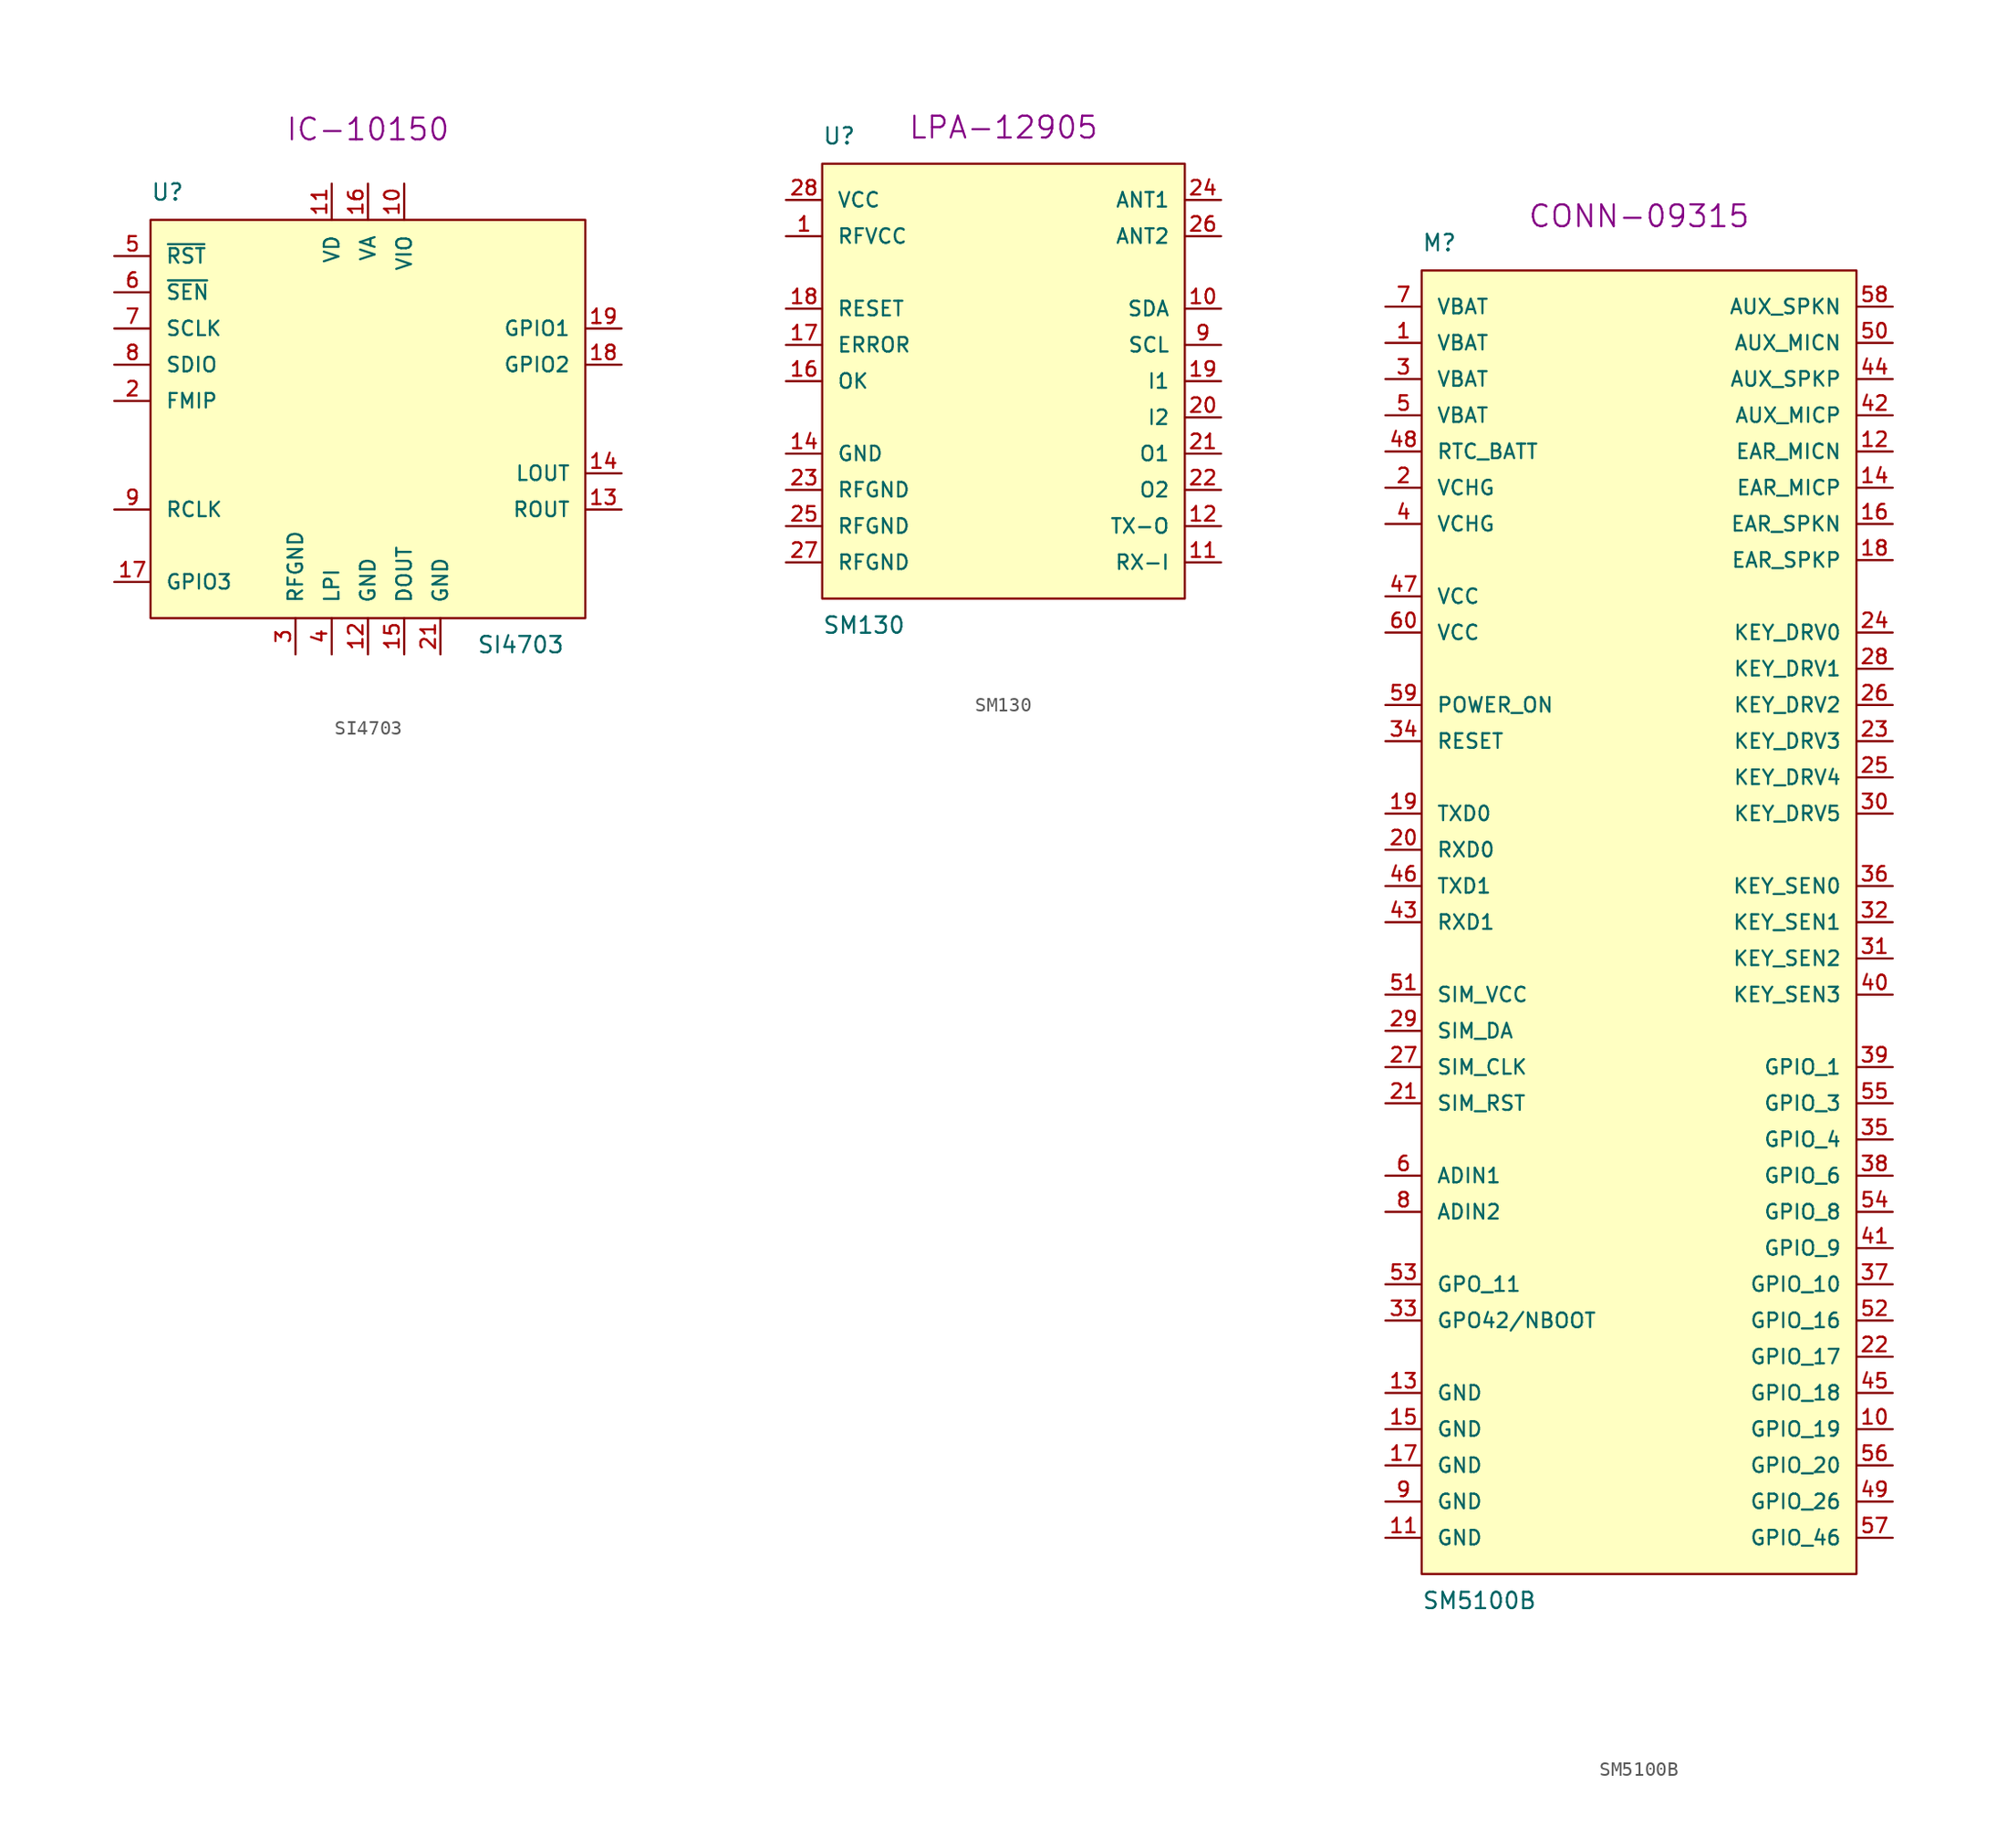
<source format=kicad_sym>
(kicad_symbol_lib
  (version 20201005)
  (generator kicad_symbol_editor)
  (symbol "SI4703"
    (pin_names
      (offset 1.016))
    (property "Reference" "U"
      (at -15.24 13.97 0)
      (effects (font (size 1.143 1.143)) (justify left bottom)))
    (property "Value" "SI4703"
      (at 7.62 -17.78 0)
      (effects (font (size 1.143 1.143)) (justify left bottom)))
    (property "Field4" "IC-10150"
      (at 0 19.05 0)
      (effects (font (size 1.524 1.524))))
    (property "ki_locked" ""
      (at 0 0 0)
      (effects (font (size 1.27 1.27))))
    (symbol "SI4703_1_1"
      (polyline (pts (xy -15.24 12.7) (xy 15.24 12.7) (xy 15.24 -15.24) (xy -15.24 -15.24) (xy -15.24 12.7)) (stroke (width 0)) (fill (type background)))
      (pin bidirectional line (at -17.78 0 0) (length 2.54) (name "FMIP" (effects (font (size 1.016 1.016)))) (number "2" (effects (font (size 1.016 1.016)))))
      (pin bidirectional line (at -5.08 -17.78 90) (length 2.54) (name "RFGND" (effects (font (size 1.016 1.016)))) (number "3" (effects (font (size 1.016 1.016)))))
      (pin bidirectional line (at -2.54 -17.78 90) (length 2.54) (name "LPI" (effects (font (size 1.016 1.016)))) (number "4" (effects (font (size 1.016 1.016)))))
      (pin bidirectional line (at -17.78 10.16 0) (length 2.54) (name "~RST" (effects (font (size 1.016 1.016)))) (number "5" (effects (font (size 1.016 1.016)))))
      (pin bidirectional line (at -17.78 7.62 0) (length 2.54) (name "~SEN" (effects (font (size 1.016 1.016)))) (number "6" (effects (font (size 1.016 1.016)))))
      (pin bidirectional line (at -17.78 5.08 0) (length 2.54) (name "SCLK" (effects (font (size 1.016 1.016)))) (number "7" (effects (font (size 1.016 1.016)))))
      (pin bidirectional line (at -17.78 2.54 0) (length 2.54) (name "SDIO" (effects (font (size 1.016 1.016)))) (number "8" (effects (font (size 1.016 1.016)))))
      (pin bidirectional line (at -17.78 -7.62 0) (length 2.54) (name "RCLK" (effects (font (size 1.016 1.016)))) (number "9" (effects (font (size 1.016 1.016)))))
      (pin bidirectional line (at 2.54 15.24 270) (length 2.54) (name "VIO" (effects (font (size 1.016 1.016)))) (number "10" (effects (font (size 1.016 1.016)))))
      (pin bidirectional line (at -2.54 15.24 270) (length 2.54) (name "VD" (effects (font (size 1.016 1.016)))) (number "11" (effects (font (size 1.016 1.016)))))
      (pin bidirectional line (at 5.08 -17.78 90) (length 2.54) (name "GND" (effects (font (size 1.016 1.016)))) (number "21" (effects (font (size 1.016 1.016)))))
      (pin bidirectional line (at 0 -17.78 90) (length 2.54) (name "GND" (effects (font (size 1.016 1.016)))) (number "12" (effects (font (size 1.016 1.016)))))
      (pin bidirectional line (at 17.78 -7.62 180) (length 2.54) (name "ROUT" (effects (font (size 1.016 1.016)))) (number "13" (effects (font (size 1.016 1.016)))))
      (pin bidirectional line (at 17.78 -5.08 180) (length 2.54) (name "LOUT" (effects (font (size 1.016 1.016)))) (number "14" (effects (font (size 1.016 1.016)))))
      (pin bidirectional line (at 2.54 -17.78 90) (length 2.54) (name "DOUT" (effects (font (size 1.016 1.016)))) (number "15" (effects (font (size 1.016 1.016)))))
      (pin bidirectional line (at 0 15.24 270) (length 2.54) (name "VA" (effects (font (size 1.016 1.016)))) (number "16" (effects (font (size 1.016 1.016)))))
      (pin bidirectional line (at -17.78 -12.7 0) (length 2.54) (name "GPIO3" (effects (font (size 1.016 1.016)))) (number "17" (effects (font (size 1.016 1.016)))))
      (pin bidirectional line (at 17.78 2.54 180) (length 2.54) (name "GPIO2" (effects (font (size 1.016 1.016)))) (number "18" (effects (font (size 1.016 1.016)))))
      (pin bidirectional line (at 17.78 5.08 180) (length 2.54) (name "GPIO1" (effects (font (size 1.016 1.016)))) (number "19" (effects (font (size 1.016 1.016)))))))
  (symbol "SM130"
    (pin_names
      (offset 1.016))
    (property "Reference" "U"
      (at -12.7 16.51 0)
      (effects (font (size 1.143 1.143)) (justify left bottom)))
    (property "Value" "SM130"
      (at -12.7 -17.78 0)
      (effects (font (size 1.143 1.143)) (justify left bottom)))
    (property "Field4" "LPA-12905"
      (at 0 17.78 0)
      (effects (font (size 1.524 1.524))))
    (property "ki_locked" ""
      (at 0 0 0)
      (effects (font (size 1.27 1.27))))
    (symbol "SM130_1_1"
      (polyline (pts (xy -12.7 -15.24) (xy 12.7 -15.24) (xy 12.7 15.24) (xy -12.7 15.24) (xy -12.7 -15.24)) (stroke (width 0)) (fill (type background)))
      (pin bidirectional line (at -15.24 10.16 0) (length 2.54) (name "RFVCC" (effects (font (size 1.016 1.016)))) (number "1" (effects (font (size 1.016 1.016)))))
      (pin bidirectional line (at 15.24 2.54 180) (length 2.54) (name "SCL" (effects (font (size 1.016 1.016)))) (number "9" (effects (font (size 1.016 1.016)))))
      (pin bidirectional line (at 15.24 5.08 180) (length 2.54) (name "SDA" (effects (font (size 1.016 1.016)))) (number "10" (effects (font (size 1.016 1.016)))))
      (pin bidirectional line (at 15.24 -2.54 180) (length 2.54) (name "I2" (effects (font (size 1.016 1.016)))) (number "20" (effects (font (size 1.016 1.016)))))
      (pin bidirectional line (at 15.24 -12.7 180) (length 2.54) (name "RX-I" (effects (font (size 1.016 1.016)))) (number "11" (effects (font (size 1.016 1.016)))))
      (pin bidirectional line (at 15.24 -5.08 180) (length 2.54) (name "O1" (effects (font (size 1.016 1.016)))) (number "21" (effects (font (size 1.016 1.016)))))
      (pin bidirectional line (at 15.24 -10.16 180) (length 2.54) (name "TX-O" (effects (font (size 1.016 1.016)))) (number "12" (effects (font (size 1.016 1.016)))))
      (pin bidirectional line (at 15.24 -7.62 180) (length 2.54) (name "O2" (effects (font (size 1.016 1.016)))) (number "22" (effects (font (size 1.016 1.016)))))
      (pin bidirectional line (at -15.24 -7.62 0) (length 2.54) (name "RFGND" (effects (font (size 1.016 1.016)))) (number "23" (effects (font (size 1.016 1.016)))))
      (pin bidirectional line (at -15.24 -5.08 0) (length 2.54) (name "GND" (effects (font (size 1.016 1.016)))) (number "14" (effects (font (size 1.016 1.016)))))
      (pin bidirectional line (at 15.24 12.7 180) (length 2.54) (name "ANT1" (effects (font (size 1.016 1.016)))) (number "24" (effects (font (size 1.016 1.016)))))
      (pin bidirectional line (at -15.24 -10.16 0) (length 2.54) (name "RFGND" (effects (font (size 1.016 1.016)))) (number "25" (effects (font (size 1.016 1.016)))))
      (pin bidirectional line (at -15.24 0 0) (length 2.54) (name "OK" (effects (font (size 1.016 1.016)))) (number "16" (effects (font (size 1.016 1.016)))))
      (pin bidirectional line (at 15.24 10.16 180) (length 2.54) (name "ANT2" (effects (font (size 1.016 1.016)))) (number "26" (effects (font (size 1.016 1.016)))))
      (pin bidirectional line (at -15.24 2.54 0) (length 2.54) (name "ERROR" (effects (font (size 1.016 1.016)))) (number "17" (effects (font (size 1.016 1.016)))))
      (pin bidirectional line (at -15.24 -12.7 0) (length 2.54) (name "RFGND" (effects (font (size 1.016 1.016)))) (number "27" (effects (font (size 1.016 1.016)))))
      (pin bidirectional line (at -15.24 5.08 0) (length 2.54) (name "RESET" (effects (font (size 1.016 1.016)))) (number "18" (effects (font (size 1.016 1.016)))))
      (pin bidirectional line (at -15.24 12.7 0) (length 2.54) (name "VCC" (effects (font (size 1.016 1.016)))) (number "28" (effects (font (size 1.016 1.016)))))
      (pin bidirectional line (at 15.24 0 180) (length 2.54) (name "I1" (effects (font (size 1.016 1.016)))) (number "19" (effects (font (size 1.016 1.016)))))))
  (symbol "SM5100B"
    (pin_names
      (offset 1.016))
    (property "Reference" "M"
      (at -15.24 46.99 0)
      (effects (font (size 1.143 1.143)) (justify left bottom)))
    (property "Value" "SM5100B"
      (at -15.24 -48.26 0)
      (effects (font (size 1.143 1.143)) (justify left bottom)))
    (property "Field4" "CONN-09315"
      (at 0 49.53 0)
      (effects (font (size 1.524 1.524))))
    (property "ki_locked" ""
      (at 0 0 0)
      (effects (font (size 1.27 1.27))))
    (symbol "SM5100B_1_1"
      (polyline (pts (xy 15.24 45.72) (xy -15.24 45.72) (xy -15.24 -45.72) (xy 15.24 -45.72) (xy 15.24 45.72)) (stroke (width 0)) (fill (type background)))
      (pin bidirectional line (at -17.78 40.64 0) (length 2.54) (name "VBAT" (effects (font (size 1.016 1.016)))) (number "1" (effects (font (size 1.016 1.016)))))
      (pin bidirectional line (at -17.78 30.48 0) (length 2.54) (name "VCHG" (effects (font (size 1.016 1.016)))) (number "2" (effects (font (size 1.016 1.016)))))
      (pin bidirectional line (at -17.78 38.1 0) (length 2.54) (name "VBAT" (effects (font (size 1.016 1.016)))) (number "3" (effects (font (size 1.016 1.016)))))
      (pin bidirectional line (at -17.78 27.94 0) (length 2.54) (name "VCHG" (effects (font (size 1.016 1.016)))) (number "4" (effects (font (size 1.016 1.016)))))
      (pin bidirectional line (at -17.78 35.56 0) (length 2.54) (name "VBAT" (effects (font (size 1.016 1.016)))) (number "5" (effects (font (size 1.016 1.016)))))
      (pin bidirectional line (at -17.78 -17.78 0) (length 2.54) (name "ADIN1" (effects (font (size 1.016 1.016)))) (number "6" (effects (font (size 1.016 1.016)))))
      (pin bidirectional line (at -17.78 43.18 0) (length 2.54) (name "VBAT" (effects (font (size 1.016 1.016)))) (number "7" (effects (font (size 1.016 1.016)))))
      (pin bidirectional line (at -17.78 -20.32 0) (length 2.54) (name "ADIN2" (effects (font (size 1.016 1.016)))) (number "8" (effects (font (size 1.016 1.016)))))
      (pin bidirectional line (at -17.78 -40.64 0) (length 2.54) (name "GND" (effects (font (size 1.016 1.016)))) (number "9" (effects (font (size 1.016 1.016)))))
      (pin bidirectional line (at 17.78 -35.56 180) (length 2.54) (name "GPIO_19" (effects (font (size 1.016 1.016)))) (number "10" (effects (font (size 1.016 1.016)))))
      (pin bidirectional line (at -17.78 5.08 0) (length 2.54) (name "RXD0" (effects (font (size 1.016 1.016)))) (number "20" (effects (font (size 1.016 1.016)))))
      (pin bidirectional line (at 17.78 7.62 180) (length 2.54) (name "KEY_DRV5" (effects (font (size 1.016 1.016)))) (number "30" (effects (font (size 1.016 1.016)))))
      (pin bidirectional line (at 17.78 -5.08 180) (length 2.54) (name "KEY_SEN3" (effects (font (size 1.016 1.016)))) (number "40" (effects (font (size 1.016 1.016)))))
      (pin bidirectional line (at 17.78 40.64 180) (length 2.54) (name "AUX_MICN" (effects (font (size 1.016 1.016)))) (number "50" (effects (font (size 1.016 1.016)))))
      (pin bidirectional line (at -17.78 20.32 0) (length 2.54) (name "VCC" (effects (font (size 1.016 1.016)))) (number "60" (effects (font (size 1.016 1.016)))))
      (pin bidirectional line (at -17.78 -43.18 0) (length 2.54) (name "GND" (effects (font (size 1.016 1.016)))) (number "11" (effects (font (size 1.016 1.016)))))
      (pin bidirectional line (at -17.78 -12.7 0) (length 2.54) (name "SIM_RST" (effects (font (size 1.016 1.016)))) (number "21" (effects (font (size 1.016 1.016)))))
      (pin bidirectional line (at 17.78 -2.54 180) (length 2.54) (name "KEY_SEN2" (effects (font (size 1.016 1.016)))) (number "31" (effects (font (size 1.016 1.016)))))
      (pin bidirectional line (at 17.78 -22.86 180) (length 2.54) (name "GPIO_9" (effects (font (size 1.016 1.016)))) (number "41" (effects (font (size 1.016 1.016)))))
      (pin bidirectional line (at -17.78 -5.08 0) (length 2.54) (name "SIM_VCC" (effects (font (size 1.016 1.016)))) (number "51" (effects (font (size 1.016 1.016)))))
      (pin bidirectional line (at 17.78 33.02 180) (length 2.54) (name "EAR_MICN" (effects (font (size 1.016 1.016)))) (number "12" (effects (font (size 1.016 1.016)))))
      (pin bidirectional line (at 17.78 -30.48 180) (length 2.54) (name "GPIO_17" (effects (font (size 1.016 1.016)))) (number "22" (effects (font (size 1.016 1.016)))))
      (pin bidirectional line (at 17.78 0 180) (length 2.54) (name "KEY_SEN1" (effects (font (size 1.016 1.016)))) (number "32" (effects (font (size 1.016 1.016)))))
      (pin bidirectional line (at 17.78 35.56 180) (length 2.54) (name "AUX_MICP" (effects (font (size 1.016 1.016)))) (number "42" (effects (font (size 1.016 1.016)))))
      (pin bidirectional line (at 17.78 -27.94 180) (length 2.54) (name "GPIO_16" (effects (font (size 1.016 1.016)))) (number "52" (effects (font (size 1.016 1.016)))))
      (pin bidirectional line (at -17.78 -33.02 0) (length 2.54) (name "GND" (effects (font (size 1.016 1.016)))) (number "13" (effects (font (size 1.016 1.016)))))
      (pin bidirectional line (at 17.78 12.7 180) (length 2.54) (name "KEY_DRV3" (effects (font (size 1.016 1.016)))) (number "23" (effects (font (size 1.016 1.016)))))
      (pin bidirectional line (at -17.78 -27.94 0) (length 2.54) (name "GPO42/NBOOT" (effects (font (size 1.016 1.016)))) (number "33" (effects (font (size 1.016 1.016)))))
      (pin bidirectional line (at -17.78 0 0) (length 2.54) (name "RXD1" (effects (font (size 1.016 1.016)))) (number "43" (effects (font (size 1.016 1.016)))))
      (pin bidirectional line (at -17.78 -25.4 0) (length 2.54) (name "GPO_11" (effects (font (size 1.016 1.016)))) (number "53" (effects (font (size 1.016 1.016)))))
      (pin bidirectional line (at 17.78 30.48 180) (length 2.54) (name "EAR_MICP" (effects (font (size 1.016 1.016)))) (number "14" (effects (font (size 1.016 1.016)))))
      (pin bidirectional line (at 17.78 20.32 180) (length 2.54) (name "KEY_DRV0" (effects (font (size 1.016 1.016)))) (number "24" (effects (font (size 1.016 1.016)))))
      (pin bidirectional line (at -17.78 12.7 0) (length 2.54) (name "RESET" (effects (font (size 1.016 1.016)))) (number "34" (effects (font (size 1.016 1.016)))))
      (pin bidirectional line (at 17.78 38.1 180) (length 2.54) (name "AUX_SPKP" (effects (font (size 1.016 1.016)))) (number "44" (effects (font (size 1.016 1.016)))))
      (pin bidirectional line (at 17.78 -20.32 180) (length 2.54) (name "GPIO_8" (effects (font (size 1.016 1.016)))) (number "54" (effects (font (size 1.016 1.016)))))
      (pin bidirectional line (at -17.78 -35.56 0) (length 2.54) (name "GND" (effects (font (size 1.016 1.016)))) (number "15" (effects (font (size 1.016 1.016)))))
      (pin bidirectional line (at 17.78 10.16 180) (length 2.54) (name "KEY_DRV4" (effects (font (size 1.016 1.016)))) (number "25" (effects (font (size 1.016 1.016)))))
      (pin bidirectional line (at 17.78 -15.24 180) (length 2.54) (name "GPIO_4" (effects (font (size 1.016 1.016)))) (number "35" (effects (font (size 1.016 1.016)))))
      (pin bidirectional line (at 17.78 -33.02 180) (length 2.54) (name "GPIO_18" (effects (font (size 1.016 1.016)))) (number "45" (effects (font (size 1.016 1.016)))))
      (pin bidirectional line (at 17.78 -12.7 180) (length 2.54) (name "GPIO_3" (effects (font (size 1.016 1.016)))) (number "55" (effects (font (size 1.016 1.016)))))
      (pin bidirectional line (at 17.78 27.94 180) (length 2.54) (name "EAR_SPKN" (effects (font (size 1.016 1.016)))) (number "16" (effects (font (size 1.016 1.016)))))
      (pin bidirectional line (at 17.78 15.24 180) (length 2.54) (name "KEY_DRV2" (effects (font (size 1.016 1.016)))) (number "26" (effects (font (size 1.016 1.016)))))
      (pin bidirectional line (at 17.78 2.54 180) (length 2.54) (name "KEY_SEN0" (effects (font (size 1.016 1.016)))) (number "36" (effects (font (size 1.016 1.016)))))
      (pin bidirectional line (at -17.78 2.54 0) (length 2.54) (name "TXD1" (effects (font (size 1.016 1.016)))) (number "46" (effects (font (size 1.016 1.016)))))
      (pin bidirectional line (at 17.78 -38.1 180) (length 2.54) (name "GPIO_20" (effects (font (size 1.016 1.016)))) (number "56" (effects (font (size 1.016 1.016)))))
      (pin bidirectional line (at -17.78 -38.1 0) (length 2.54) (name "GND" (effects (font (size 1.016 1.016)))) (number "17" (effects (font (size 1.016 1.016)))))
      (pin bidirectional line (at -17.78 -10.16 0) (length 2.54) (name "SIM_CLK" (effects (font (size 1.016 1.016)))) (number "27" (effects (font (size 1.016 1.016)))))
      (pin bidirectional line (at 17.78 -25.4 180) (length 2.54) (name "GPIO_10" (effects (font (size 1.016 1.016)))) (number "37" (effects (font (size 1.016 1.016)))))
      (pin bidirectional line (at -17.78 22.86 0) (length 2.54) (name "VCC" (effects (font (size 1.016 1.016)))) (number "47" (effects (font (size 1.016 1.016)))))
      (pin bidirectional line (at 17.78 -43.18 180) (length 2.54) (name "GPIO_46" (effects (font (size 1.016 1.016)))) (number "57" (effects (font (size 1.016 1.016)))))
      (pin bidirectional line (at 17.78 25.4 180) (length 2.54) (name "EAR_SPKP" (effects (font (size 1.016 1.016)))) (number "18" (effects (font (size 1.016 1.016)))))
      (pin bidirectional line (at 17.78 17.78 180) (length 2.54) (name "KEY_DRV1" (effects (font (size 1.016 1.016)))) (number "28" (effects (font (size 1.016 1.016)))))
      (pin bidirectional line (at 17.78 -17.78 180) (length 2.54) (name "GPIO_6" (effects (font (size 1.016 1.016)))) (number "38" (effects (font (size 1.016 1.016)))))
      (pin bidirectional line (at -17.78 33.02 0) (length 2.54) (name "RTC_BATT" (effects (font (size 1.016 1.016)))) (number "48" (effects (font (size 1.016 1.016)))))
      (pin bidirectional line (at 17.78 43.18 180) (length 2.54) (name "AUX_SPKN" (effects (font (size 1.016 1.016)))) (number "58" (effects (font (size 1.016 1.016)))))
      (pin bidirectional line (at -17.78 7.62 0) (length 2.54) (name "TXD0" (effects (font (size 1.016 1.016)))) (number "19" (effects (font (size 1.016 1.016)))))
      (pin bidirectional line (at -17.78 -7.62 0) (length 2.54) (name "SIM_DA" (effects (font (size 1.016 1.016)))) (number "29" (effects (font (size 1.016 1.016)))))
      (pin bidirectional line (at 17.78 -10.16 180) (length 2.54) (name "GPIO_1" (effects (font (size 1.016 1.016)))) (number "39" (effects (font (size 1.016 1.016)))))
      (pin bidirectional line (at 17.78 -40.64 180) (length 2.54) (name "GPIO_26" (effects (font (size 1.016 1.016)))) (number "49" (effects (font (size 1.016 1.016)))))
      (pin bidirectional line (at -17.78 15.24 0) (length 2.54) (name "POWER_ON" (effects (font (size 1.016 1.016)))) (number "59" (effects (font (size 1.016 1.016))))))))
</source>
